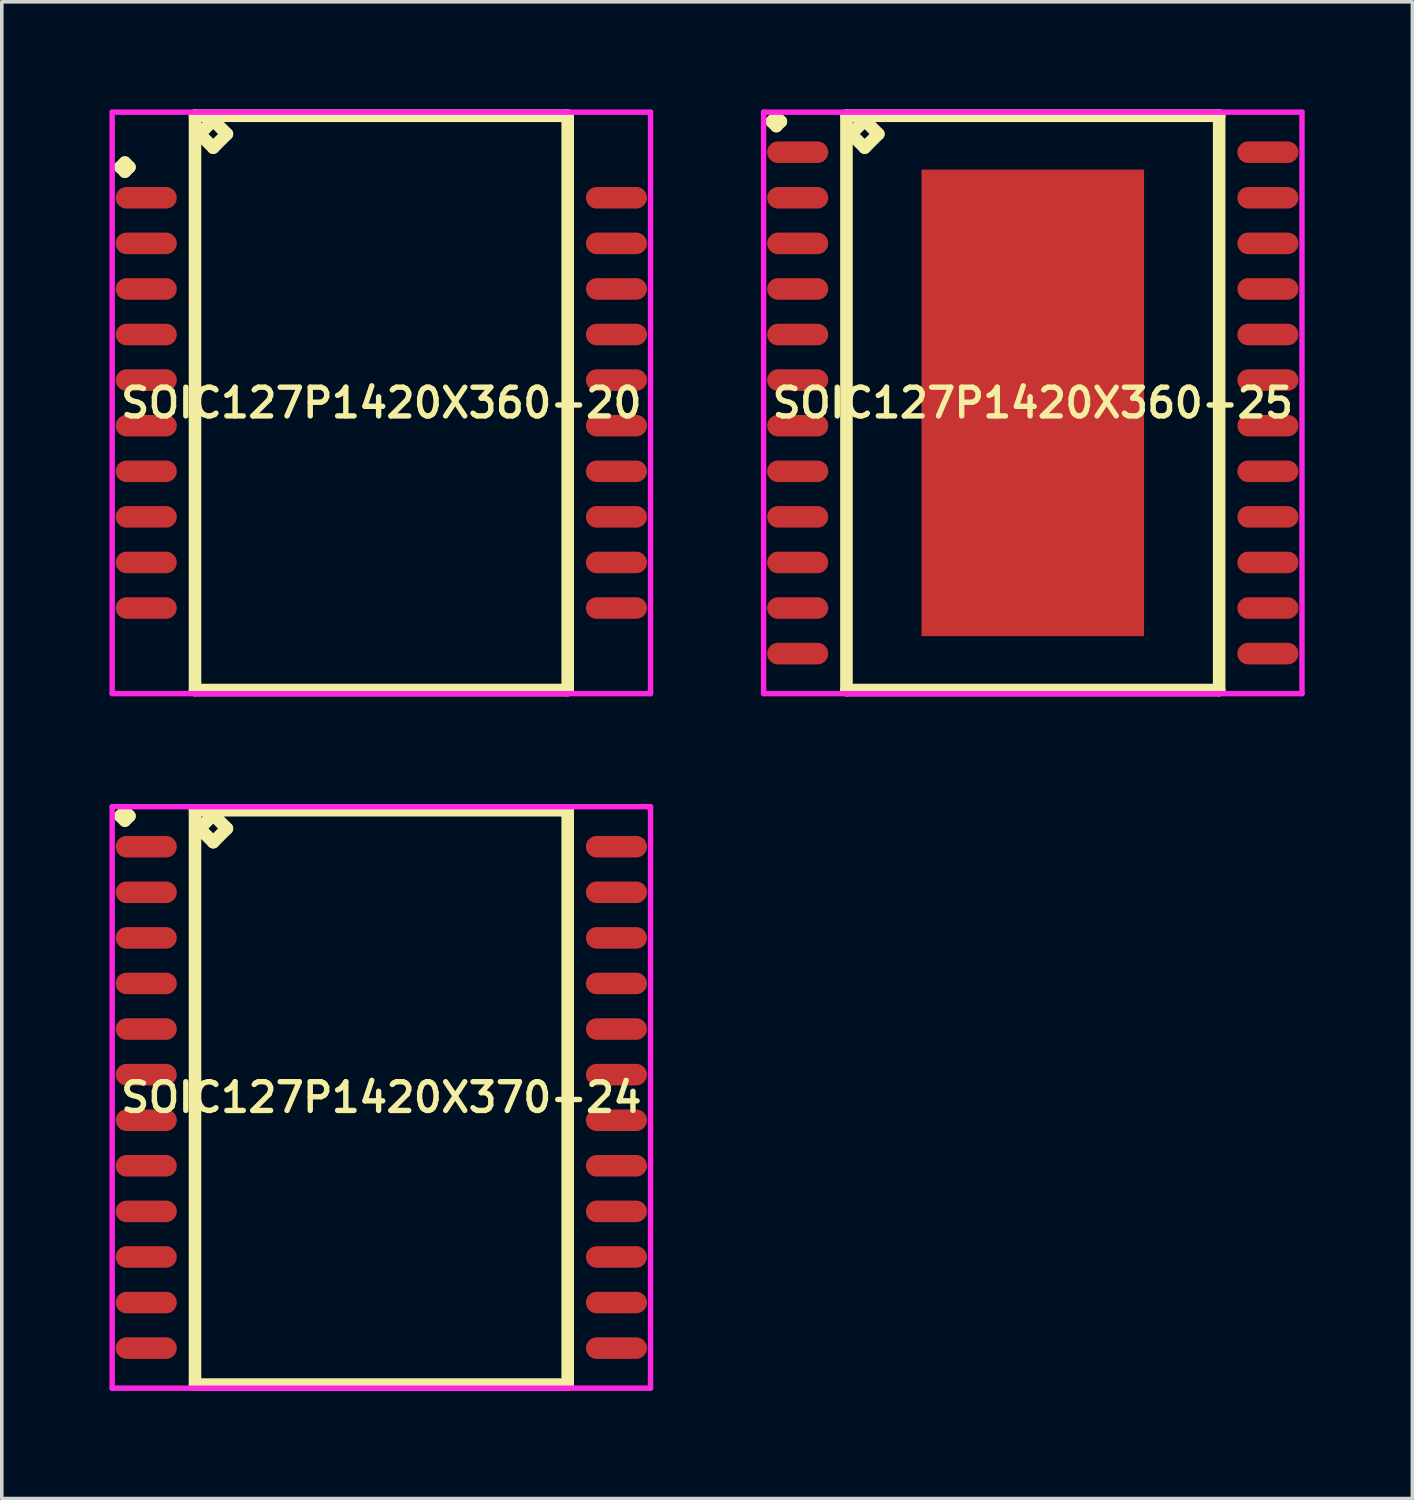
<source format=kicad_pcb>
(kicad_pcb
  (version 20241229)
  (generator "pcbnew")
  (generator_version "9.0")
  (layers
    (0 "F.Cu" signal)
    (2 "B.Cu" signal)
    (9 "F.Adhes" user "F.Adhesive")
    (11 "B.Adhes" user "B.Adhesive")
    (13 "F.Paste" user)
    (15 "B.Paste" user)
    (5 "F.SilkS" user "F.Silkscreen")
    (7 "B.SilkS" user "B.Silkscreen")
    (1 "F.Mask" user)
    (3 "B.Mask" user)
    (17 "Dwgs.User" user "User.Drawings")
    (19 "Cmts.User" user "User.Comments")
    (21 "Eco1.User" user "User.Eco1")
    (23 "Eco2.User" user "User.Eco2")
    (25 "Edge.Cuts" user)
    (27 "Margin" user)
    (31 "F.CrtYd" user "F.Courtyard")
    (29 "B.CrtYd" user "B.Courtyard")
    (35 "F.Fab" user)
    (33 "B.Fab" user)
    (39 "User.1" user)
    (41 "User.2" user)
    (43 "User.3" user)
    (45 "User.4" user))
  (footprint "SOIC127P1420X360-25"
    (layer "F.Cu")
    (at 25.725 8.175)
    (property "Reference" "SOIC127P1420X360-25" (at 0 0 0) (layer "F.SilkS") (effects (font (size 0.8 0.8) (thickness 0.15))))
    (attr smd)
    (fp_line (start -7.273 -7.839) (end -7.146 -7.966) (stroke (width 0.35) (type solid)) (layer "F.SilkS"))
    (fp_line (start -7.146 -7.966) (end -7.019 -7.839) (stroke (width 0.35) (type solid)) (layer "F.SilkS"))
    (fp_line (start -7.146 -7.712) (end -7.273 -7.839) (stroke (width 0.35) (type solid)) (layer "F.SilkS"))
    (fp_line (start -7.019 -7.839) (end -7.146 -7.712) (stroke (width 0.35) (type solid)) (layer "F.SilkS"))
    (fp_line (start -5.192 -8) (end -5.192 8) (stroke (width 0.35) (type solid)) (layer "F.SilkS"))
    (fp_line (start -5.192 8) (end 5.192 8) (stroke (width 0.35) (type solid)) (layer "F.SilkS"))
    (fp_line (start -5.065 -7.492) (end -4.684 -7.873) (stroke (width 0.35) (type solid)) (layer "F.SilkS"))
    (fp_line (start -4.684 -7.873) (end -4.303 -7.492) (stroke (width 0.35) (type solid)) (layer "F.SilkS"))
    (fp_line (start -4.684 -7.111) (end -5.065 -7.492) (stroke (width 0.35) (type solid)) (layer "F.SilkS"))
    (fp_line (start -4.303 -7.492) (end -4.684 -7.111) (stroke (width 0.35) (type solid)) (layer "F.SilkS"))
    (fp_line (start 5.192 -8) (end -5.192 -8) (stroke (width 0.35) (type solid)) (layer "F.SilkS"))
    (fp_line (start 5.192 8) (end 5.192 -8) (stroke (width 0.35) (type solid)) (layer "F.SilkS"))
    (fp_line (start -7.5 -8.1) (end 7.5 -8.1) (stroke (width 0.15) (type solid)) (layer "F.CrtYd"))
    (fp_line (start -7.5 8.1) (end -7.5 -8.1) (stroke (width 0.15) (type solid)) (layer "F.CrtYd"))
    (fp_line (start 7.5 -8.1) (end 7.5 8.1) (stroke (width 0.15) (type solid)) (layer "F.CrtYd"))
    (fp_line (start 7.5 8.1) (end -7.5 8.1) (stroke (width 0.15) (type solid)) (layer "F.CrtYd"))
    (pad "1" smd oval (at -6.55 -6.985) (size 1.7 0.6) (layers "F.Cu" "F.Mask" "F.Paste"))
    (pad "2" smd oval (at -6.55 -5.715) (size 1.7 0.6) (layers "F.Cu" "F.Mask" "F.Paste"))
    (pad "3" smd oval (at -6.55 -4.445) (size 1.7 0.6) (layers "F.Cu" "F.Mask" "F.Paste"))
    (pad "4" smd oval (at -6.55 -3.175) (size 1.7 0.6) (layers "F.Cu" "F.Mask" "F.Paste"))
    (pad "5" smd oval (at -6.55 -1.905) (size 1.7 0.6) (layers "F.Cu" "F.Mask" "F.Paste"))
    (pad "6" smd oval (at -6.55 -0.635) (size 1.7 0.6) (layers "F.Cu" "F.Mask" "F.Paste"))
    (pad "7" smd oval (at -6.55 0.635) (size 1.7 0.6) (layers "F.Cu" "F.Mask" "F.Paste"))
    (pad "8" smd oval (at -6.55 1.905) (size 1.7 0.6) (layers "F.Cu" "F.Mask" "F.Paste"))
    (pad "9" smd oval (at -6.55 3.175) (size 1.7 0.6) (layers "F.Cu" "F.Mask" "F.Paste"))
    (pad "10" smd oval (at -6.55 4.445) (size 1.7 0.6) (layers "F.Cu" "F.Mask" "F.Paste"))
    (pad "11" smd oval (at -6.55 5.715) (size 1.7 0.6) (layers "F.Cu" "F.Mask" "F.Paste"))
    (pad "12" smd oval (at -6.55 6.985) (size 1.7 0.6) (layers "F.Cu" "F.Mask" "F.Paste"))
    (pad "13" smd oval (at 6.55 6.985) (size 1.7 0.6) (layers "F.Cu" "F.Mask" "F.Paste"))
    (pad "14" smd oval (at 6.55 5.715) (size 1.7 0.6) (layers "F.Cu" "F.Mask" "F.Paste"))
    (pad "15" smd oval (at 6.55 4.445) (size 1.7 0.6) (layers "F.Cu" "F.Mask" "F.Paste"))
    (pad "16" smd oval (at 6.55 3.175) (size 1.7 0.6) (layers "F.Cu" "F.Mask" "F.Paste"))
    (pad "17" smd oval (at 6.55 1.905) (size 1.7 0.6) (layers "F.Cu" "F.Mask" "F.Paste"))
    (pad "18" smd oval (at 6.55 0.635) (size 1.7 0.6) (layers "F.Cu" "F.Mask" "F.Paste"))
    (pad "19" smd oval (at 6.55 -0.635) (size 1.7 0.6) (layers "F.Cu" "F.Mask" "F.Paste"))
    (pad "20" smd oval (at 6.55 -1.905) (size 1.7 0.6) (layers "F.Cu" "F.Mask" "F.Paste"))
    (pad "21" smd oval (at 6.55 -3.175) (size 1.7 0.6) (layers "F.Cu" "F.Mask" "F.Paste"))
    (pad "22" smd oval (at 6.55 -4.445) (size 1.7 0.6) (layers "F.Cu" "F.Mask" "F.Paste"))
    (pad "23" smd oval (at 6.55 -5.715) (size 1.7 0.6) (layers "F.Cu" "F.Mask" "F.Paste"))
    (pad "24" smd oval (at 6.55 -6.985) (size 1.7 0.6) (layers "F.Cu" "F.Mask" "F.Paste"))
    (pad "25" smd rect (at 0 0) (size 6.2 13) (layers "F.Cu" "F.Mask" "F.Paste")))
  (footprint "SOIC127P1420X370-24"
    (layer "F.Cu")
    (at 7.575 27.525)
    (property "Reference" "SOIC127P1420X370-24" (at 0 0 0) (layer "F.SilkS") (effects (font (size 0.8 0.8) (thickness 0.15))))
    (attr smd)
    (fp_line (start -7.273 -7.839) (end -7.146 -7.966) (stroke (width 0.35) (type solid)) (layer "F.SilkS"))
    (fp_line (start -7.146 -7.966) (end -7.019 -7.839) (stroke (width 0.35) (type solid)) (layer "F.SilkS"))
    (fp_line (start -7.146 -7.712) (end -7.273 -7.839) (stroke (width 0.35) (type solid)) (layer "F.SilkS"))
    (fp_line (start -7.019 -7.839) (end -7.146 -7.712) (stroke (width 0.35) (type solid)) (layer "F.SilkS"))
    (fp_line (start -5.192 -8) (end -5.192 8) (stroke (width 0.35) (type solid)) (layer "F.SilkS"))
    (fp_line (start -5.192 8) (end 5.192 8) (stroke (width 0.35) (type solid)) (layer "F.SilkS"))
    (fp_line (start -5.065 -7.492) (end -4.684 -7.873) (stroke (width 0.35) (type solid)) (layer "F.SilkS"))
    (fp_line (start -4.684 -7.873) (end -4.303 -7.492) (stroke (width 0.35) (type solid)) (layer "F.SilkS"))
    (fp_line (start -4.684 -7.111) (end -5.065 -7.492) (stroke (width 0.35) (type solid)) (layer "F.SilkS"))
    (fp_line (start -4.303 -7.492) (end -4.684 -7.111) (stroke (width 0.35) (type solid)) (layer "F.SilkS"))
    (fp_line (start 5.192 -8) (end -5.192 -8) (stroke (width 0.35) (type solid)) (layer "F.SilkS"))
    (fp_line (start 5.192 8) (end 5.192 -8) (stroke (width 0.35) (type solid)) (layer "F.SilkS"))
    (fp_line (start -7.5 -8.1) (end 7.5 -8.1) (stroke (width 0.15) (type solid)) (layer "F.CrtYd"))
    (fp_line (start -7.5 8.1) (end -7.5 -8.1) (stroke (width 0.15) (type solid)) (layer "F.CrtYd"))
    (fp_line (start 7.5 -8.1) (end 7.5 8.1) (stroke (width 0.15) (type solid)) (layer "F.CrtYd"))
    (fp_line (start 7.5 8.1) (end -7.5 8.1) (stroke (width 0.15) (type solid)) (layer "F.CrtYd"))
    (pad "1" smd oval (at -6.55 -6.985) (size 1.7 0.6) (layers "F.Cu" "F.Mask" "F.Paste"))
    (pad "2" smd oval (at -6.55 -5.715) (size 1.7 0.6) (layers "F.Cu" "F.Mask" "F.Paste"))
    (pad "3" smd oval (at -6.55 -4.445) (size 1.7 0.6) (layers "F.Cu" "F.Mask" "F.Paste"))
    (pad "4" smd oval (at -6.55 -3.175) (size 1.7 0.6) (layers "F.Cu" "F.Mask" "F.Paste"))
    (pad "5" smd oval (at -6.55 -1.905) (size 1.7 0.6) (layers "F.Cu" "F.Mask" "F.Paste"))
    (pad "6" smd oval (at -6.55 -0.635) (size 1.7 0.6) (layers "F.Cu" "F.Mask" "F.Paste"))
    (pad "7" smd oval (at -6.55 0.635) (size 1.7 0.6) (layers "F.Cu" "F.Mask" "F.Paste"))
    (pad "8" smd oval (at -6.55 1.905) (size 1.7 0.6) (layers "F.Cu" "F.Mask" "F.Paste"))
    (pad "9" smd oval (at -6.55 3.175) (size 1.7 0.6) (layers "F.Cu" "F.Mask" "F.Paste"))
    (pad "10" smd oval (at -6.55 4.445) (size 1.7 0.6) (layers "F.Cu" "F.Mask" "F.Paste"))
    (pad "11" smd oval (at -6.55 5.715) (size 1.7 0.6) (layers "F.Cu" "F.Mask" "F.Paste"))
    (pad "12" smd oval (at -6.55 6.985) (size 1.7 0.6) (layers "F.Cu" "F.Mask" "F.Paste"))
    (pad "13" smd oval (at 6.55 6.985) (size 1.7 0.6) (layers "F.Cu" "F.Mask" "F.Paste"))
    (pad "14" smd oval (at 6.55 5.715) (size 1.7 0.6) (layers "F.Cu" "F.Mask" "F.Paste"))
    (pad "15" smd oval (at 6.55 4.445) (size 1.7 0.6) (layers "F.Cu" "F.Mask" "F.Paste"))
    (pad "16" smd oval (at 6.55 3.175) (size 1.7 0.6) (layers "F.Cu" "F.Mask" "F.Paste"))
    (pad "17" smd oval (at 6.55 1.905) (size 1.7 0.6) (layers "F.Cu" "F.Mask" "F.Paste"))
    (pad "18" smd oval (at 6.55 0.635) (size 1.7 0.6) (layers "F.Cu" "F.Mask" "F.Paste"))
    (pad "19" smd oval (at 6.55 -0.635) (size 1.7 0.6) (layers "F.Cu" "F.Mask" "F.Paste"))
    (pad "20" smd oval (at 6.55 -1.905) (size 1.7 0.6) (layers "F.Cu" "F.Mask" "F.Paste"))
    (pad "21" smd oval (at 6.55 -3.175) (size 1.7 0.6) (layers "F.Cu" "F.Mask" "F.Paste"))
    (pad "22" smd oval (at 6.55 -4.445) (size 1.7 0.6) (layers "F.Cu" "F.Mask" "F.Paste"))
    (pad "23" smd oval (at 6.55 -5.715) (size 1.7 0.6) (layers "F.Cu" "F.Mask" "F.Paste"))
    (pad "24" smd oval (at 6.55 -6.985) (size 1.7 0.6) (layers "F.Cu" "F.Mask" "F.Paste")))
  (footprint "SOIC127P1420X360-20"
    (layer "F.Cu")
    (at 7.575 8.175)
    (property "Reference" "SOIC127P1420X360-20" (at 0 0 0) (layer "F.SilkS") (effects (font (size 0.8 0.8) (thickness 0.15))))
    (attr through_hole)
    (fp_line (start -7.273 -6.569) (end -7.146 -6.696) (stroke (width 0.35) (type solid)) (layer "F.SilkS"))
    (fp_line (start -7.146 -6.696) (end -7.019 -6.569) (stroke (width 0.35) (type solid)) (layer "F.SilkS"))
    (fp_line (start -7.146 -6.442) (end -7.273 -6.569) (stroke (width 0.35) (type solid)) (layer "F.SilkS"))
    (fp_line (start -7.019 -6.569) (end -7.146 -6.442) (stroke (width 0.35) (type solid)) (layer "F.SilkS"))
    (fp_line (start -5.192 -8) (end -5.192 8) (stroke (width 0.35) (type solid)) (layer "F.SilkS"))
    (fp_line (start -5.192 8) (end 5.192 8) (stroke (width 0.35) (type solid)) (layer "F.SilkS"))
    (fp_line (start -5.065 -7.492) (end -4.684 -7.873) (stroke (width 0.35) (type solid)) (layer "F.SilkS"))
    (fp_line (start -4.684 -7.873) (end -4.303 -7.492) (stroke (width 0.35) (type solid)) (layer "F.SilkS"))
    (fp_line (start -4.684 -7.111) (end -5.065 -7.492) (stroke (width 0.35) (type solid)) (layer "F.SilkS"))
    (fp_line (start -4.303 -7.492) (end -4.684 -7.111) (stroke (width 0.35) (type solid)) (layer "F.SilkS"))
    (fp_line (start 5.192 -8) (end -5.192 -8) (stroke (width 0.35) (type solid)) (layer "F.SilkS"))
    (fp_line (start 5.192 8) (end 5.192 -8) (stroke (width 0.35) (type solid)) (layer "F.SilkS"))
    (fp_line (start -7.5 -8.1) (end 7.5 -8.1) (stroke (width 0.15) (type solid)) (layer "F.CrtYd"))
    (fp_line (start -7.5 8.1) (end -7.5 -8.1) (stroke (width 0.15) (type solid)) (layer "F.CrtYd"))
    (fp_line (start 7.5 -8.1) (end 7.5 8.1) (stroke (width 0.15) (type solid)) (layer "F.CrtYd"))
    (fp_line (start 7.5 8.1) (end -7.5 8.1) (stroke (width 0.15) (type solid)) (layer "F.CrtYd"))
    (pad "1" smd oval (at -6.55 -5.715) (size 1.7 0.6) (layers "F.Cu" "F.Mask" "F.Paste"))
    (pad "2" smd oval (at -6.55 -4.445) (size 1.7 0.6) (layers "F.Cu" "F.Mask" "F.Paste"))
    (pad "3" smd oval (at -6.55 -3.175) (size 1.7 0.6) (layers "F.Cu" "F.Mask" "F.Paste"))
    (pad "4" smd oval (at -6.55 -1.905) (size 1.7 0.6) (layers "F.Cu" "F.Mask" "F.Paste"))
    (pad "5" smd oval (at -6.55 -0.635) (size 1.7 0.6) (layers "F.Cu" "F.Mask" "F.Paste"))
    (pad "6" smd oval (at -6.55 0.635) (size 1.7 0.6) (layers "F.Cu" "F.Mask" "F.Paste"))
    (pad "7" smd oval (at -6.55 1.905) (size 1.7 0.6) (layers "F.Cu" "F.Mask" "F.Paste"))
    (pad "8" smd oval (at -6.55 3.175) (size 1.7 0.6) (layers "F.Cu" "F.Mask" "F.Paste"))
    (pad "9" smd oval (at -6.55 4.445) (size 1.7 0.6) (layers "F.Cu" "F.Mask" "F.Paste"))
    (pad "10" smd oval (at -6.55 5.715) (size 1.7 0.6) (layers "F.Cu" "F.Mask" "F.Paste"))
    (pad "11" smd oval (at 6.55 5.715) (size 1.7 0.6) (layers "F.Cu" "F.Mask" "F.Paste"))
    (pad "12" smd oval (at 6.55 4.445) (size 1.7 0.6) (layers "F.Cu" "F.Mask" "F.Paste"))
    (pad "13" smd oval (at 6.55 3.175) (size 1.7 0.6) (layers "F.Cu" "F.Mask" "F.Paste"))
    (pad "14" smd oval (at 6.55 1.905) (size 1.7 0.6) (layers "F.Cu" "F.Mask" "F.Paste"))
    (pad "15" smd oval (at 6.55 0.635) (size 1.7 0.6) (layers "F.Cu" "F.Mask" "F.Paste"))
    (pad "16" smd oval (at 6.55 -0.635) (size 1.7 0.6) (layers "F.Cu" "F.Mask" "F.Paste"))
    (pad "17" smd oval (at 6.55 -1.905) (size 1.7 0.6) (layers "F.Cu" "F.Mask" "F.Paste"))
    (pad "18" smd oval (at 6.55 -3.175) (size 1.7 0.6) (layers "F.Cu" "F.Mask" "F.Paste"))
    (pad "19" smd oval (at 6.55 -4.445) (size 1.7 0.6) (layers "F.Cu" "F.Mask" "F.Paste"))
    (pad "20" smd oval (at 6.55 -5.715) (size 1.7 0.6) (layers "F.Cu" "F.Mask" "F.Paste")))
  (gr_rect
    (start -3 -3)
    (end 36.3 38.7)
    (stroke (width 0.1) (type default))
    (fill no)
    (layer "Edge.Cuts")))
</source>
